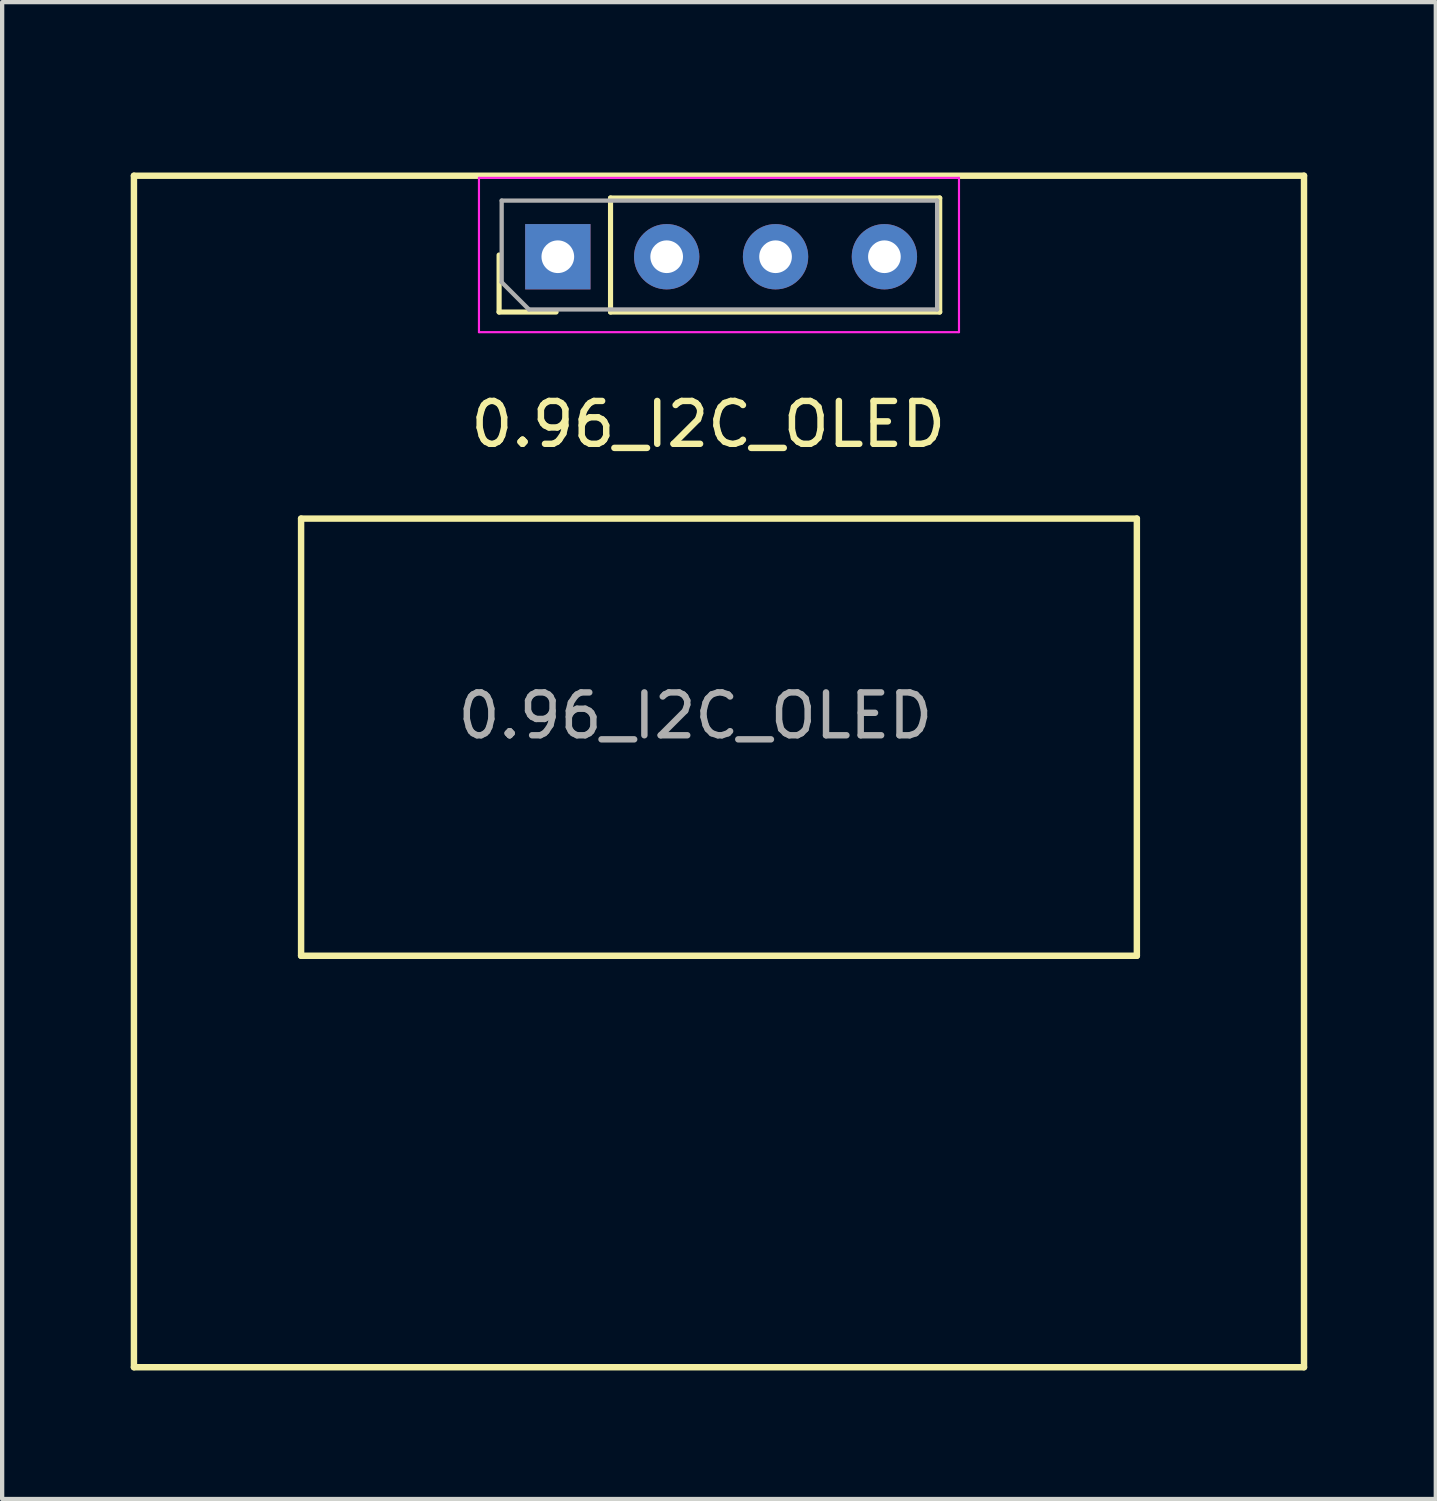
<source format=kicad_pcb>
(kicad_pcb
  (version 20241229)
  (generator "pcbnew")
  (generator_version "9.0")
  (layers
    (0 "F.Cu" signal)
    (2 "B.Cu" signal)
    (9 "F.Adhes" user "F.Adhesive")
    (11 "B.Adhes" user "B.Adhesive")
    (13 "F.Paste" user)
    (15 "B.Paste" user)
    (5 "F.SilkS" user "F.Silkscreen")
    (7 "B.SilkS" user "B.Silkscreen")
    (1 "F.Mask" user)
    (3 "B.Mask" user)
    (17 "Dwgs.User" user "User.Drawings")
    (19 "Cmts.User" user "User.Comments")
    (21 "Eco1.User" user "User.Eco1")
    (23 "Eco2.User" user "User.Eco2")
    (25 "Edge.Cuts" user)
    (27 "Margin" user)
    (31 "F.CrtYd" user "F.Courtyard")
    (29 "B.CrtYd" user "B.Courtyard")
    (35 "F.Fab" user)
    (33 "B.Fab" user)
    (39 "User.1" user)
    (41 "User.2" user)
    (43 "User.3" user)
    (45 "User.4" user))
  (footprint "0.96_I2C_OLED"
    (layer "F.Cu")
    (at 13.175 0.25)
    (property "Reference" "0.96_I2C_OLED" (at 0.3 6.6 180) (layer "F.SilkS") (effects (font (size 1 1) (thickness 0.15))))
    (attr through_hole)
    (fp_line (start -13.1 0.8) (end -13.1 28.6) (stroke (width 0.15) (type solid)) (layer "F.SilkS"))
    (fp_line (start -13.1 0.8) (end 14.2 0.8) (stroke (width 0.15) (type solid)) (layer "F.SilkS"))
    (fp_line (start -9.2 8.8) (end -9.2 19) (stroke (width 0.15) (type solid)) (layer "F.SilkS"))
    (fp_line (start -9.2 19) (end 10.3 19) (stroke (width 0.15) (type solid)) (layer "F.SilkS"))
    (fp_line (start -4.58 3.98) (end -4.58 2.65) (stroke (width 0.12) (type solid)) (layer "F.SilkS"))
    (fp_line (start -3.25 3.98) (end -4.58 3.98) (stroke (width 0.12) (type solid)) (layer "F.SilkS"))
    (fp_line (start -1.98 1.32) (end 5.7 1.32) (stroke (width 0.12) (type solid)) (layer "F.SilkS"))
    (fp_line (start -1.98 3.98) (end -1.98 1.32) (stroke (width 0.12) (type solid)) (layer "F.SilkS"))
    (fp_line (start -1.98 3.98) (end 5.7 3.98) (stroke (width 0.12) (type solid)) (layer "F.SilkS"))
    (fp_line (start 5.7 3.98) (end 5.7 1.32) (stroke (width 0.12) (type solid)) (layer "F.SilkS"))
    (fp_line (start 10.3 8.8) (end -9.2 8.8) (stroke (width 0.15) (type solid)) (layer "F.SilkS"))
    (fp_line (start 10.3 19) (end 10.3 8.8) (stroke (width 0.15) (type solid)) (layer "F.SilkS"))
    (fp_line (start 14.2 0.8) (end 14.2 28.6) (stroke (width 0.15) (type solid)) (layer "F.SilkS"))
    (fp_line (start 14.2 28.6) (end -13.1 28.6) (stroke (width 0.15) (type solid)) (layer "F.SilkS"))
    (fp_line (start -5.05 0.85) (end -5.05 4.45) (stroke (width 0.05) (type solid)) (layer "F.CrtYd"))
    (fp_line (start -5.05 4.45) (end 6.15 4.45) (stroke (width 0.05) (type solid)) (layer "F.CrtYd"))
    (fp_line (start 6.15 0.85) (end -5.05 0.85) (stroke (width 0.05) (type solid)) (layer "F.CrtYd"))
    (fp_line (start 6.15 4.45) (end 6.15 0.85) (stroke (width 0.05) (type solid)) (layer "F.CrtYd"))
    (fp_line (start -4.52 1.38) (end 5.64 1.38) (stroke (width 0.1) (type solid)) (layer "F.Fab"))
    (fp_line (start -4.52 3.285) (end -4.52 1.38) (stroke (width 0.1) (type solid)) (layer "F.Fab"))
    (fp_line (start -3.885 3.92) (end -4.52 3.285) (stroke (width 0.1) (type solid)) (layer "F.Fab"))
    (fp_line (start 5.64 1.38) (end 5.64 3.92) (stroke (width 0.1) (type solid)) (layer "F.Fab"))
    (fp_line (start 5.64 3.92) (end -3.885 3.92) (stroke (width 0.1) (type solid)) (layer "F.Fab"))
    (fp_text user "${REFERENCE}" (at 0 13.4 180) (layer "F.Fab") (effects (font (size 1 1) (thickness 0.15))))
    (pad "1" thru_hole rect (at -3.21 2.69) (size 1.524 1.524) (drill 0.762) (layers "*.Cu" "*.Mask"))
    (pad "2" thru_hole circle (at -0.67 2.69) (size 1.524 1.524) (drill 0.762) (layers "*.Cu" "*.Mask"))
    (pad "3" thru_hole circle (at 1.87 2.69) (size 1.524 1.524) (drill 0.762) (layers "*.Cu" "*.Mask"))
    (pad "4" thru_hole circle (at 4.41 2.69) (size 1.524 1.524) (drill 0.762) (layers "*.Cu" "*.Mask")))
  (gr_rect
    (start -3 -3)
    (end 30.45 31.925)
    (stroke (width 0.1) (type default))
    (fill no)
    (layer "Edge.Cuts")))
</source>
